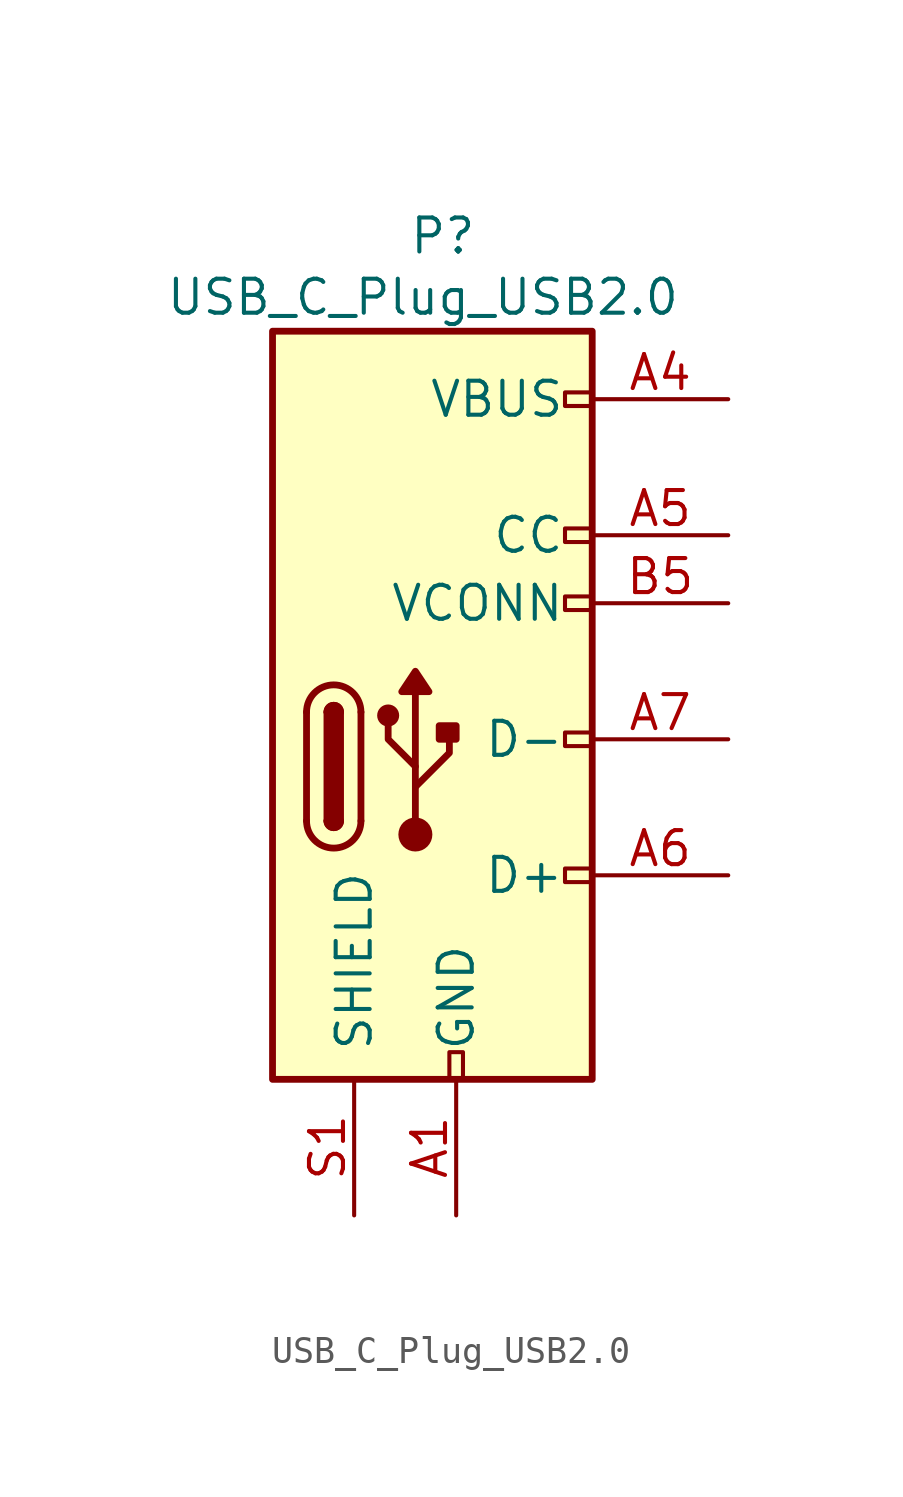
<source format=kicad_sym>
(kicad_symbol_lib
  (version 20241209)
  (generator "kicad_symbol_editor")
  (generator_version "9.0")
  (symbol "USB_C_Plug_USB2.0"
    (pin_names
      (offset 1.016))
    (property "Reference" "P"
      (at 4.572 31.496 0)
      (effects (font (size 1.27 1.27)) (justify left)))
    (property "Value" "USB_C_Plug_USB2.0"
      (at 14.732 29.21 0)
      (effects (font (size 1.27 1.27)) (justify right)))
    (symbol "USB_C_Plug_USB2.0_0_0"
      (rectangle (start 6.096 1.016) (end 6.604 0) (stroke (width 0) (type default)) (fill (type none)))
      (rectangle (start 11.43 25.654) (end 10.414 25.146) (stroke (width 0) (type default)) (fill (type none)))
      (rectangle (start 11.43 20.574) (end 10.414 20.066) (stroke (width 0) (type default)) (fill (type none)))
      (rectangle (start 11.43 18.034) (end 10.414 17.526) (stroke (width 0) (type default)) (fill (type none)))
      (rectangle (start 11.43 12.954) (end 10.414 12.446) (stroke (width 0) (type default)) (fill (type none)))
      (rectangle (start 11.43 7.874) (end 10.414 7.366) (stroke (width 0) (type default)) (fill (type none))))
    (symbol "USB_C_Plug_USB2.0_0_1"
      (rectangle (start -0.508 27.94) (end 11.43 0) (stroke (width 0.254) (type default)) (fill (type background)))
      (polyline (pts (xy 0.762 9.652) (xy 0.762 13.716)) (stroke (width 0.254) (type default)) (fill (type none)))
      (rectangle (start 1.524 13.716) (end 2.032 9.652) (stroke (width 0.254) (type default)) (fill (type outline)))
      (arc (start 0.762 13.716) (mid 1.778 14.732) (end 2.794 13.716) (stroke (width 0.254) (type default)) (fill (type none)))
      (arc (start 1.524 13.716) (mid 1.778 13.97) (end 2.032 13.716) (stroke (width 0.254) (type default)) (fill (type none)))
      (arc (start 1.524 13.716) (mid 1.778 13.97) (end 2.032 13.716) (stroke (width 0.254) (type default)) (fill (type outline)))
      (arc (start 2.032 9.652) (mid 1.778 9.398) (end 1.524 9.652) (stroke (width 0.254) (type default)) (fill (type none)))
      (arc (start 2.032 9.652) (mid 1.778 9.398) (end 1.524 9.652) (stroke (width 0.254) (type default)) (fill (type outline)))
      (arc (start 2.794 9.652) (mid 1.778 8.636) (end 0.762 9.652) (stroke (width 0.254) (type default)) (fill (type none)))
      (polyline (pts (xy 2.794 13.716) (xy 2.794 9.652)) (stroke (width 0.254) (type default)) (fill (type none)))
      (circle (center 3.81 13.589) (radius 0.284) (stroke (width 0.254) (type default)) (fill (type outline)))
      (polyline (pts (xy 4.318 14.478) (xy 4.826 15.24) (xy 5.334 14.478) (xy 4.318 14.478)) (stroke (width 0.254) (type default)) (fill (type outline)))
      (polyline (pts (xy 4.826 11.684) (xy 3.81 12.7) (xy 3.81 13.208)) (stroke (width 0.254) (type default)) (fill (type none)))
      (polyline (pts (xy 4.826 10.922) (xy 6.096 12.192) (xy 6.096 12.7)) (stroke (width 0.254) (type default)) (fill (type none)))
      (polyline (pts (xy 4.826 9.652) (xy 4.826 14.478)) (stroke (width 0.254) (type default)) (fill (type none)))
      (circle (center 4.826 9.144) (radius 0.508) (stroke (width 0.254) (type default)) (fill (type outline)))
      (rectangle (start 5.715 13.208) (end 6.35 12.7) (stroke (width 0.254) (type default)) (fill (type outline))))
    (symbol "USB_C_Plug_USB2.0_1_1"
      (pin passive line (at 2.54 -5.08 90) (length 5.08) (name "SHIELD" (effects (font (size 1.27 1.27)))) (number "S1" (effects (font (size 1.27 1.27)))))
      (pin passive line (at 6.35 -5.08 90) (length 5.08) (name "GND" (effects (font (size 1.27 1.27)))) (number "A1" (effects (font (size 1.27 1.27)))))
      (pin passive line (at 6.35 -5.08 90) (length 5.08) (hide yes) (name "GND" (effects (font (size 1.27 1.27)))) (number "A12" (effects (font (size 1.27 1.27)))))
      (pin passive line (at 6.35 -5.08 90) (length 5.08) (hide yes) (name "GND" (effects (font (size 1.27 1.27)))) (number "B1" (effects (font (size 1.27 1.27)))))
      (pin passive line (at 6.35 -5.08 90) (length 5.08) (hide yes) (name "GND" (effects (font (size 1.27 1.27)))) (number "B12" (effects (font (size 1.27 1.27)))))
      (pin passive line (at 16.51 25.4 180) (length 5.08) (name "VBUS" (effects (font (size 1.27 1.27)))) (number "A4" (effects (font (size 1.27 1.27)))))
      (pin passive line (at 16.51 25.4 180) (length 5.08) (hide yes) (name "VBUS" (effects (font (size 1.27 1.27)))) (number "A9" (effects (font (size 1.27 1.27)))))
      (pin passive line (at 16.51 25.4 180) (length 5.08) (hide yes) (name "VBUS" (effects (font (size 1.27 1.27)))) (number "B4" (effects (font (size 1.27 1.27)))))
      (pin passive line (at 16.51 25.4 180) (length 5.08) (hide yes) (name "VBUS" (effects (font (size 1.27 1.27)))) (number "B9" (effects (font (size 1.27 1.27)))))
      (pin bidirectional line (at 16.51 20.32 180) (length 5.08) (name "CC" (effects (font (size 1.27 1.27)))) (number "A5" (effects (font (size 1.27 1.27)))))
      (pin bidirectional line (at 16.51 17.78 180) (length 5.08) (name "VCONN" (effects (font (size 1.27 1.27)))) (number "B5" (effects (font (size 1.27 1.27)))))
      (pin bidirectional line (at 16.51 12.7 180) (length 5.08) (name "D-" (effects (font (size 1.27 1.27)))) (number "A7" (effects (font (size 1.27 1.27)))))
      (pin bidirectional line (at 16.51 7.62 180) (length 5.08) (name "D+" (effects (font (size 1.27 1.27)))) (number "A6" (effects (font (size 1.27 1.27))))))))
</source>
